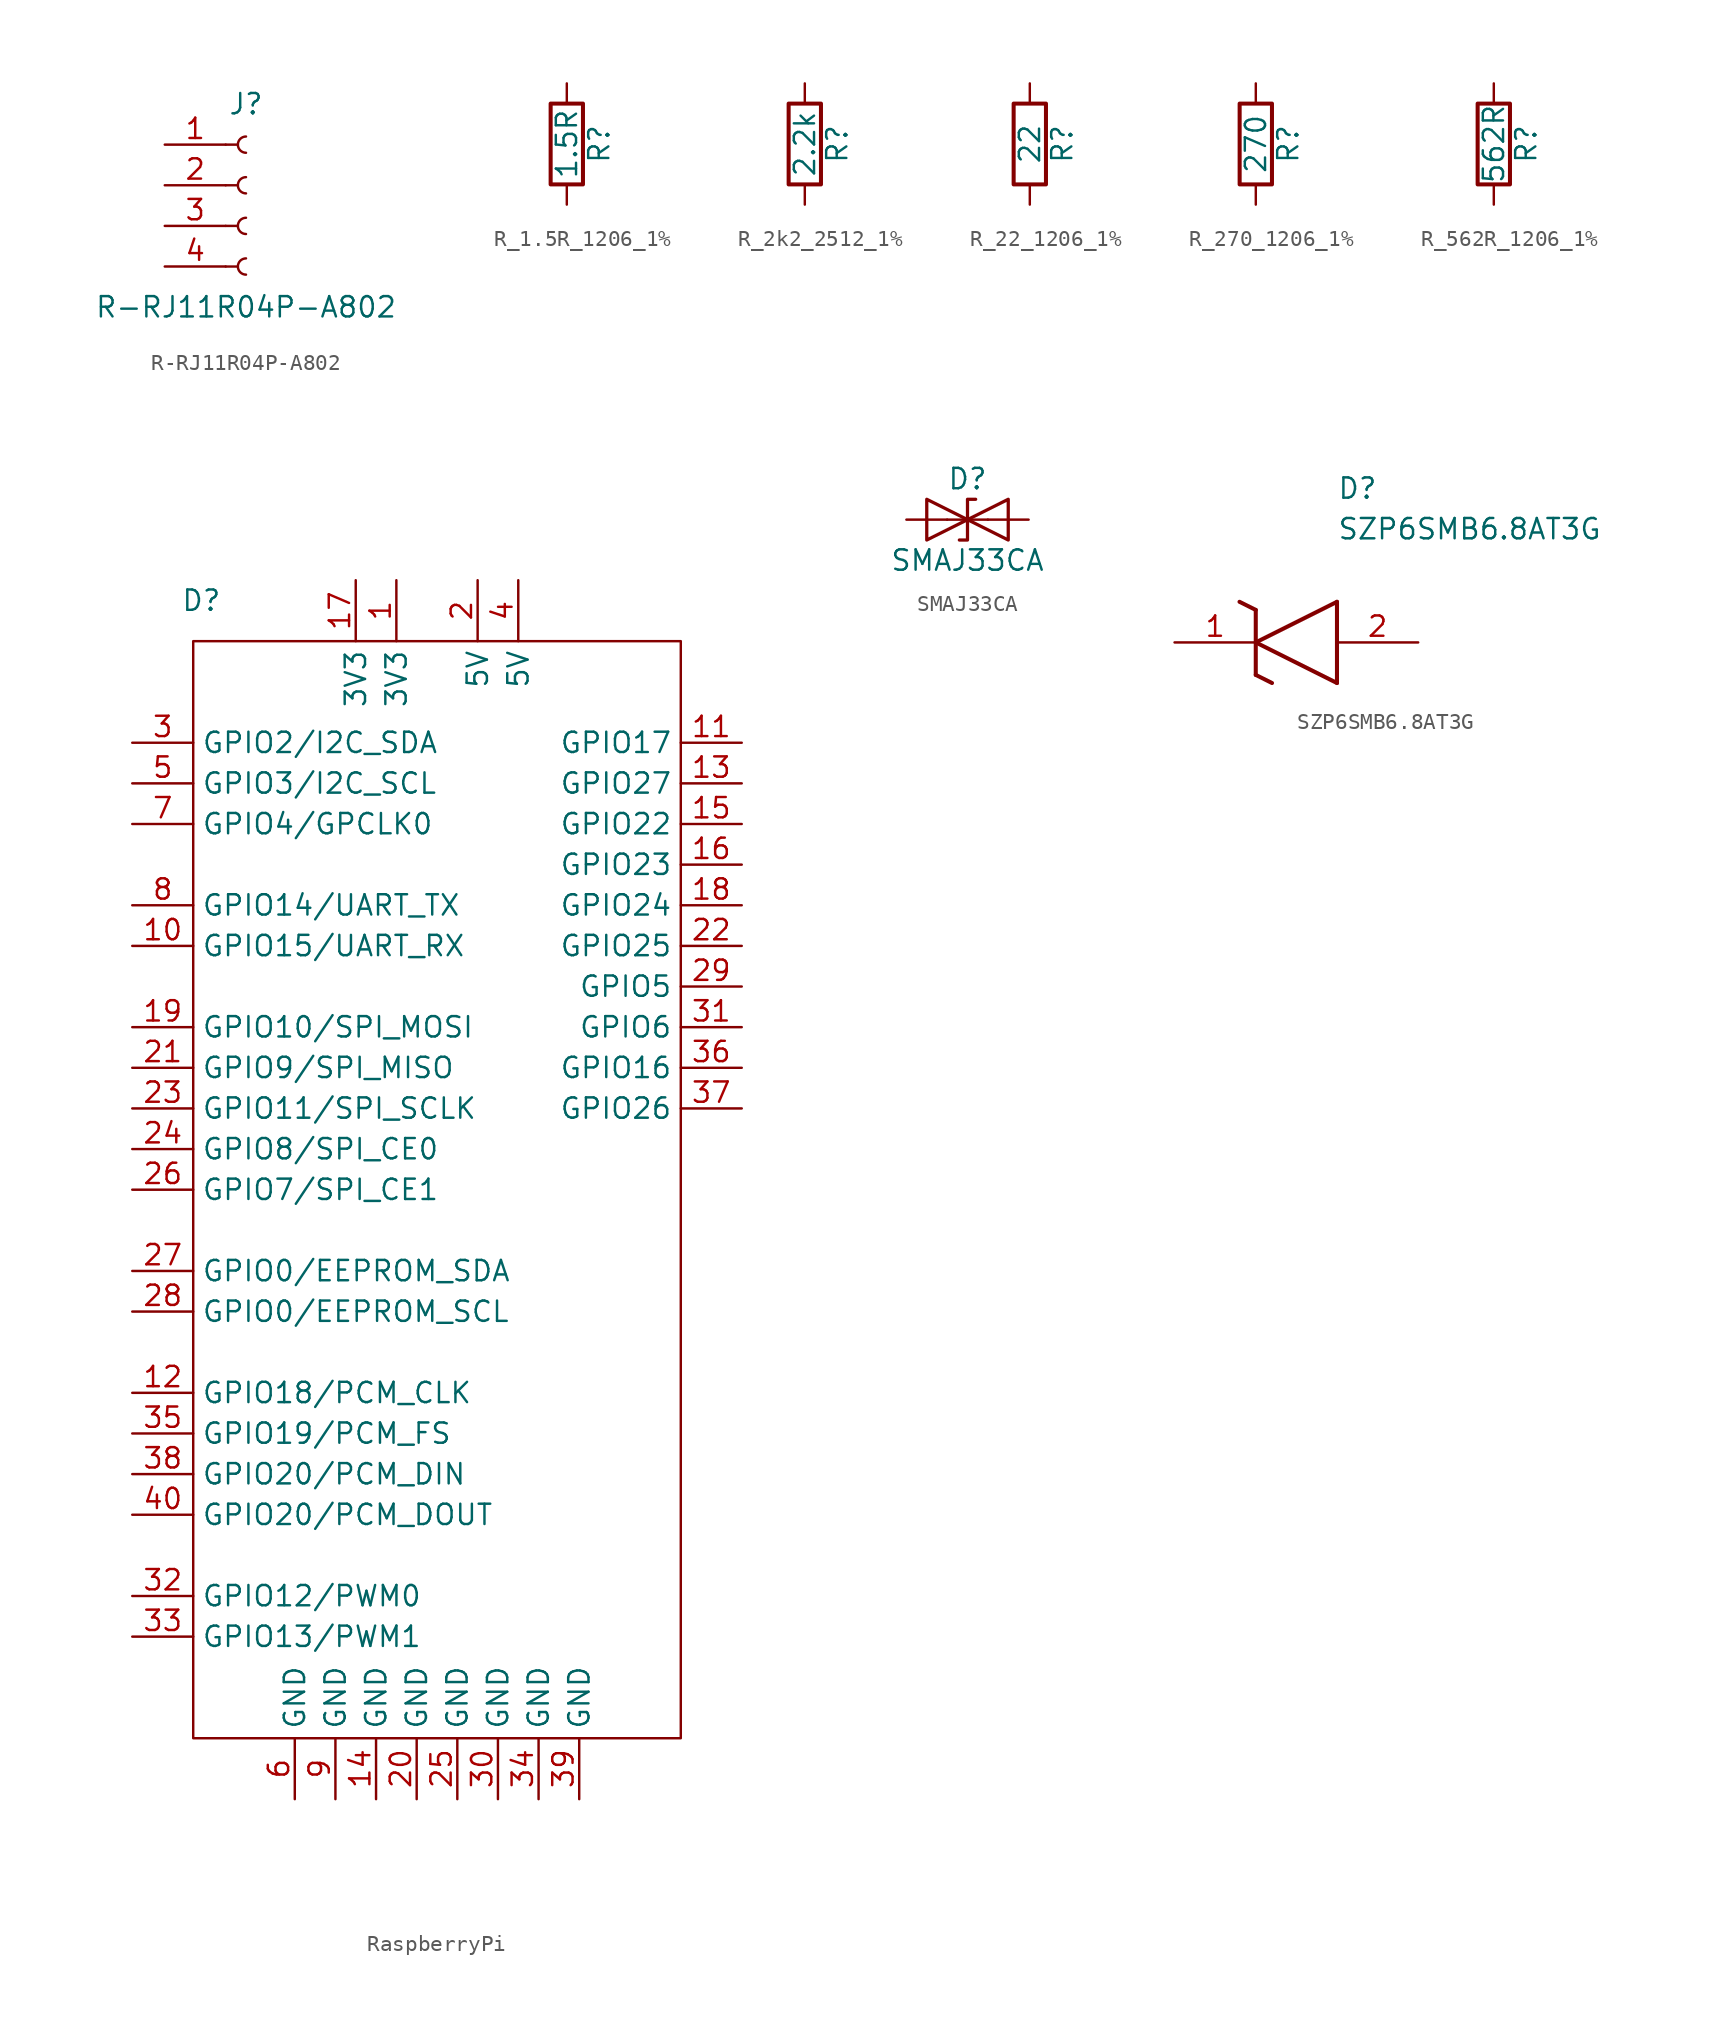
<source format=kicad_sym>
(kicad_symbol_lib
  (version 20231120)
  (generator "kicad_symbol_editor")
  (generator_version "8.0")
  (symbol "R-RJ11R04P-A802"
    (pin_names
      (offset 1.016) hide)
    (property "Reference" "J"
      (at 0 5.08 0)
      (effects (font (size 1.27 1.27))))
    (property "Value" "R-RJ11R04P-A802"
      (at 0 -7.62 0)
      (effects (font (size 1.27 1.27))))
    (symbol "R-RJ11R04P-A802_1_1"
      (arc (start 0 -4.572) (mid -0.5058 -5.08) (end 0 -5.588) (stroke (width 0.1524) (type default)) (fill (type none)))
      (arc (start 0 -2.032) (mid -0.5058 -2.54) (end 0 -3.048) (stroke (width 0.1524) (type default)) (fill (type none)))
      (polyline (pts (xy -1.27 -5.08) (xy -0.508 -5.08)) (stroke (width 0.152) (type default)) (fill (type none)))
      (polyline (pts (xy -1.27 -2.54) (xy -0.508 -2.54)) (stroke (width 0.152) (type default)) (fill (type none)))
      (polyline (pts (xy -1.27 0) (xy -0.508 0)) (stroke (width 0.152) (type default)) (fill (type none)))
      (polyline (pts (xy -1.27 2.54) (xy -0.508 2.54)) (stroke (width 0.152) (type default)) (fill (type none)))
      (arc (start 0 0.508) (mid -0.5058 0) (end 0 -0.508) (stroke (width 0.1524) (type default)) (fill (type none)))
      (arc (start 0 3.048) (mid -0.5058 2.54) (end 0 2.032) (stroke (width 0.1524) (type default)) (fill (type none)))
      (pin passive line (at -5.08 2.54 0) (length 3.81) (name "Pin_1" (effects (font (size 1.27 1.27)))) (number "1" (effects (font (size 1.27 1.27)))))
      (pin passive line (at -5.08 0 0) (length 3.81) (name "Pin_2" (effects (font (size 1.27 1.27)))) (number "2" (effects (font (size 1.27 1.27)))))
      (pin passive line (at -5.08 -2.54 0) (length 3.81) (name "Pin_3" (effects (font (size 1.27 1.27)))) (number "3" (effects (font (size 1.27 1.27)))))
      (pin passive line (at -5.08 -5.08 0) (length 3.81) (name "Pin_4" (effects (font (size 1.27 1.27)))) (number "4" (effects (font (size 1.27 1.27)))))))
  (symbol "R_1.5R_1206_1%"
    (pin_numbers hide)
    (pin_names
      (offset 0))
    (property "Reference" "R"
      (at 2.032 0 90)
      (effects (font (size 1.27 1.27))))
    (property "Value" "1.5R"
      (at 0 0 90)
      (effects (font (size 1.27 1.27))))
    (symbol "R_1.5R_1206_1%_0_1"
      (rectangle (start -1.016 -2.54) (end 1.016 2.54) (stroke (width 0.254) (type default)) (fill (type none))))
    (symbol "R_1.5R_1206_1%_1_1"
      (pin passive line (at 0 3.81 270) (length 1.27) (name "~" (effects (font (size 1.27 1.27)))) (number "1" (effects (font (size 1.27 1.27)))))
      (pin passive line (at 0 -3.81 90) (length 1.27) (name "~" (effects (font (size 1.27 1.27)))) (number "2" (effects (font (size 1.27 1.27)))))))
  (symbol "R_2k2_2512_1%"
    (pin_numbers hide)
    (pin_names
      (offset 0))
    (property "Reference" "R"
      (at 2.032 0 90)
      (effects (font (size 1.27 1.27))))
    (property "Value" "2.2k"
      (at 0 0 90)
      (effects (font (size 1.27 1.27))))
    (symbol "R_2k2_2512_1%_0_1"
      (rectangle (start -1.016 -2.54) (end 1.016 2.54) (stroke (width 0.254) (type default)) (fill (type none))))
    (symbol "R_2k2_2512_1%_1_1"
      (pin passive line (at 0 3.81 270) (length 1.27) (name "~" (effects (font (size 1.27 1.27)))) (number "1" (effects (font (size 1.27 1.27)))))
      (pin passive line (at 0 -3.81 90) (length 1.27) (name "~" (effects (font (size 1.27 1.27)))) (number "2" (effects (font (size 1.27 1.27)))))))
  (symbol "R_22_1206_1%"
    (pin_numbers hide)
    (pin_names
      (offset 0))
    (property "Reference" "R"
      (at 2.032 0 90)
      (effects (font (size 1.27 1.27))))
    (property "Value" "22"
      (at 0 0 90)
      (effects (font (size 1.27 1.27))))
    (symbol "R_22_1206_1%_0_1"
      (rectangle (start -1.016 -2.54) (end 1.016 2.54) (stroke (width 0.254) (type default)) (fill (type none))))
    (symbol "R_22_1206_1%_1_1"
      (pin passive line (at 0 3.81 270) (length 1.27) (name "~" (effects (font (size 1.27 1.27)))) (number "1" (effects (font (size 1.27 1.27)))))
      (pin passive line (at 0 -3.81 90) (length 1.27) (name "~" (effects (font (size 1.27 1.27)))) (number "2" (effects (font (size 1.27 1.27)))))))
  (symbol "R_270_1206_1%"
    (pin_numbers hide)
    (pin_names
      (offset 0))
    (property "Reference" "R"
      (at 2.032 0 90)
      (effects (font (size 1.27 1.27))))
    (property "Value" "270"
      (at 0 0 90)
      (effects (font (size 1.27 1.27))))
    (symbol "R_270_1206_1%_0_1"
      (rectangle (start -1.016 -2.54) (end 1.016 2.54) (stroke (width 0.254) (type default)) (fill (type none))))
    (symbol "R_270_1206_1%_1_1"
      (pin passive line (at 0 3.81 270) (length 1.27) (name "~" (effects (font (size 1.27 1.27)))) (number "1" (effects (font (size 1.27 1.27)))))
      (pin passive line (at 0 -3.81 90) (length 1.27) (name "~" (effects (font (size 1.27 1.27)))) (number "2" (effects (font (size 1.27 1.27)))))))
  (symbol "R_562R_1206_1%"
    (pin_numbers hide)
    (pin_names
      (offset 0))
    (property "Reference" "R"
      (at 2.032 0 90)
      (effects (font (size 1.27 1.27))))
    (property "Value" "562R"
      (at 0 0 90)
      (effects (font (size 1.27 1.27))))
    (symbol "R_562R_1206_1%_0_1"
      (rectangle (start -1.016 -2.54) (end 1.016 2.54) (stroke (width 0.254) (type default)) (fill (type none))))
    (symbol "R_562R_1206_1%_1_1"
      (pin passive line (at 0 3.81 270) (length 1.27) (name "~" (effects (font (size 1.27 1.27)))) (number "1" (effects (font (size 1.27 1.27)))))
      (pin passive line (at 0 -3.81 90) (length 1.27) (name "~" (effects (font (size 1.27 1.27)))) (number "2" (effects (font (size 1.27 1.27)))))))
  (symbol "RaspberryPi"
    (property "Reference" "D"
      (at -14.732 2.54 0)
      (effects (font (size 1.27 1.27))))
    (property "Value" ""
      (at -11.43 1.27 0)
      (effects (font (size 1.27 1.27))))
    (symbol "RaspberryPi_0_1"
      (rectangle (start -15.24 0) (end 15.24 -68.58) (stroke (width 0) (type default)) (fill (type none))))
    (symbol "RaspberryPi_1_1"
      (pin passive line (at -2.54 3.81 270) (length 3.81) (name "3V3" (effects (font (size 1.27 1.27)))) (number "1" (effects (font (size 1.27 1.27)))))
      (pin passive line (at -19.05 -19.05 0) (length 3.81) (name "GPIO15/UART_RX" (effects (font (size 1.27 1.27)))) (number "10" (effects (font (size 1.27 1.27)))))
      (pin passive line (at 19.05 -6.35 180) (length 3.81) (name "GPIO17" (effects (font (size 1.27 1.27)))) (number "11" (effects (font (size 1.27 1.27)))))
      (pin passive line (at -19.05 -46.99 0) (length 3.81) (name "GPIO18/PCM_CLK" (effects (font (size 1.27 1.27)))) (number "12" (effects (font (size 1.27 1.27)))))
      (pin passive line (at 19.05 -8.89 180) (length 3.81) (name "GPIO27" (effects (font (size 1.27 1.27)))) (number "13" (effects (font (size 1.27 1.27)))))
      (pin passive line (at -3.81 -72.39 90) (length 3.81) (name "GND" (effects (font (size 1.27 1.27)))) (number "14" (effects (font (size 1.27 1.27)))))
      (pin passive line (at 19.05 -11.43 180) (length 3.81) (name "GPIO22" (effects (font (size 1.27 1.27)))) (number "15" (effects (font (size 1.27 1.27)))))
      (pin passive line (at 19.05 -13.97 180) (length 3.81) (name "GPIO23" (effects (font (size 1.27 1.27)))) (number "16" (effects (font (size 1.27 1.27)))))
      (pin passive line (at -5.08 3.81 270) (length 3.81) (name "3V3" (effects (font (size 1.27 1.27)))) (number "17" (effects (font (size 1.27 1.27)))))
      (pin passive line (at 19.05 -16.51 180) (length 3.81) (name "GPIO24" (effects (font (size 1.27 1.27)))) (number "18" (effects (font (size 1.27 1.27)))))
      (pin passive line (at -19.05 -24.13 0) (length 3.81) (name "GPIO10/SPI_MOSI" (effects (font (size 1.27 1.27)))) (number "19" (effects (font (size 1.27 1.27)))))
      (pin passive line (at 2.54 3.81 270) (length 3.81) (name "5V" (effects (font (size 1.27 1.27)))) (number "2" (effects (font (size 1.27 1.27)))))
      (pin passive line (at -1.27 -72.39 90) (length 3.81) (name "GND" (effects (font (size 1.27 1.27)))) (number "20" (effects (font (size 1.27 1.27)))))
      (pin passive line (at -19.05 -26.67 0) (length 3.81) (name "GPIO9/SPI_MISO" (effects (font (size 1.27 1.27)))) (number "21" (effects (font (size 1.27 1.27)))))
      (pin passive line (at 19.05 -19.05 180) (length 3.81) (name "GPIO25" (effects (font (size 1.27 1.27)))) (number "22" (effects (font (size 1.27 1.27)))))
      (pin passive line (at -19.05 -29.21 0) (length 3.81) (name "GPIO11/SPI_SCLK" (effects (font (size 1.27 1.27)))) (number "23" (effects (font (size 1.27 1.27)))))
      (pin passive line (at -19.05 -31.75 0) (length 3.81) (name "GPIO8/SPI_CE0" (effects (font (size 1.27 1.27)))) (number "24" (effects (font (size 1.27 1.27)))))
      (pin passive line (at 1.27 -72.39 90) (length 3.81) (name "GND" (effects (font (size 1.27 1.27)))) (number "25" (effects (font (size 1.27 1.27)))))
      (pin passive line (at -19.05 -34.29 0) (length 3.81) (name "GPIO7/SPI_CE1" (effects (font (size 1.27 1.27)))) (number "26" (effects (font (size 1.27 1.27)))))
      (pin passive line (at -19.05 -39.37 0) (length 3.81) (name "GPIO0/EEPROM_SDA" (effects (font (size 1.27 1.27)))) (number "27" (effects (font (size 1.27 1.27)))))
      (pin passive line (at -19.05 -41.91 0) (length 3.81) (name "GPIO0/EEPROM_SCL" (effects (font (size 1.27 1.27)))) (number "28" (effects (font (size 1.27 1.27)))))
      (pin passive line (at 19.05 -21.59 180) (length 3.81) (name "GPIO5" (effects (font (size 1.27 1.27)))) (number "29" (effects (font (size 1.27 1.27)))))
      (pin passive line (at -19.05 -6.35 0) (length 3.81) (name "GPIO2/I2C_SDA" (effects (font (size 1.27 1.27)))) (number "3" (effects (font (size 1.27 1.27)))))
      (pin passive line (at 3.81 -72.39 90) (length 3.81) (name "GND" (effects (font (size 1.27 1.27)))) (number "30" (effects (font (size 1.27 1.27)))))
      (pin passive line (at 19.05 -24.13 180) (length 3.81) (name "GPIO6" (effects (font (size 1.27 1.27)))) (number "31" (effects (font (size 1.27 1.27)))))
      (pin passive line (at -19.05 -59.69 0) (length 3.81) (name "GPIO12/PWM0" (effects (font (size 1.27 1.27)))) (number "32" (effects (font (size 1.27 1.27)))))
      (pin passive line (at -19.05 -62.23 0) (length 3.81) (name "GPIO13/PWM1" (effects (font (size 1.27 1.27)))) (number "33" (effects (font (size 1.27 1.27)))))
      (pin passive line (at 6.35 -72.39 90) (length 3.81) (name "GND" (effects (font (size 1.27 1.27)))) (number "34" (effects (font (size 1.27 1.27)))))
      (pin passive line (at -19.05 -49.53 0) (length 3.81) (name "GPIO19/PCM_FS" (effects (font (size 1.27 1.27)))) (number "35" (effects (font (size 1.27 1.27)))))
      (pin passive line (at 19.05 -26.67 180) (length 3.81) (name "GPIO16" (effects (font (size 1.27 1.27)))) (number "36" (effects (font (size 1.27 1.27)))))
      (pin passive line (at 19.05 -29.21 180) (length 3.81) (name "GPIO26" (effects (font (size 1.27 1.27)))) (number "37" (effects (font (size 1.27 1.27)))))
      (pin passive line (at -19.05 -52.07 0) (length 3.81) (name "GPIO20/PCM_DIN" (effects (font (size 1.27 1.27)))) (number "38" (effects (font (size 1.27 1.27)))))
      (pin passive line (at 8.89 -72.39 90) (length 3.81) (name "GND" (effects (font (size 1.27 1.27)))) (number "39" (effects (font (size 1.27 1.27)))))
      (pin passive line (at 5.08 3.81 270) (length 3.81) (name "5V" (effects (font (size 1.27 1.27)))) (number "4" (effects (font (size 1.27 1.27)))))
      (pin passive line (at -19.05 -54.61 0) (length 3.81) (name "GPIO20/PCM_DOUT" (effects (font (size 1.27 1.27)))) (number "40" (effects (font (size 1.27 1.27)))))
      (pin passive line (at -19.05 -8.89 0) (length 3.81) (name "GPIO3/I2C_SCL" (effects (font (size 1.27 1.27)))) (number "5" (effects (font (size 1.27 1.27)))))
      (pin passive line (at -8.89 -72.39 90) (length 3.81) (name "GND" (effects (font (size 1.27 1.27)))) (number "6" (effects (font (size 1.27 1.27)))))
      (pin passive line (at -19.05 -11.43 0) (length 3.81) (name "GPIO4/GPCLK0" (effects (font (size 1.27 1.27)))) (number "7" (effects (font (size 1.27 1.27)))))
      (pin passive line (at -19.05 -16.51 0) (length 3.81) (name "GPIO14/UART_TX" (effects (font (size 1.27 1.27)))) (number "8" (effects (font (size 1.27 1.27)))))
      (pin passive line (at -6.35 -72.39 90) (length 3.81) (name "GND" (effects (font (size 1.27 1.27)))) (number "9" (effects (font (size 1.27 1.27)))))))
  (symbol "SMAJ33CA"
    (pin_numbers hide)
    (pin_names
      (offset 1.016) hide)
    (property "Reference" "D"
      (at 0 2.54 0)
      (effects (font (size 1.27 1.27))))
    (property "Value" "SMAJ33CA"
      (at 0 -2.54 0)
      (effects (font (size 1.27 1.27))))
    (symbol "SMAJ33CA_0_1"
      (polyline (pts (xy 1.27 0) (xy -1.27 0)) (stroke (width 0) (type default)) (fill (type none)))
      (polyline (pts (xy -2.54 -1.27) (xy 0 0) (xy -2.54 1.27) (xy -2.54 -1.27)) (stroke (width 0.203) (type default)) (fill (type none)))
      (polyline (pts (xy 0.508 1.27) (xy 0 1.27) (xy 0 -1.27) (xy -0.508 -1.27)) (stroke (width 0.203) (type default)) (fill (type none)))
      (polyline (pts (xy 2.54 1.27) (xy 2.54 -1.27) (xy 0 0) (xy 2.54 1.27)) (stroke (width 0.203) (type default)) (fill (type none))))
    (symbol "SMAJ33CA_1_1"
      (pin passive line (at -3.81 0 0) (length 2.54) (name "A1" (effects (font (size 1.27 1.27)))) (number "1" (effects (font (size 1.27 1.27)))))
      (pin passive line (at 3.81 0 180) (length 2.54) (name "A2" (effects (font (size 1.27 1.27)))) (number "2" (effects (font (size 1.27 1.27)))))))
  (symbol "SZP6SMB6.8AT3G"
    (pin_names hide)
    (property "Reference" "D"
      (at 10.16 8.89 0)
      (effects (font (size 1.27 1.27)) (justify left bottom)))
    (property "Value" "SZP6SMB6.8AT3G"
      (at 10.16 6.35 0)
      (effects (font (size 1.27 1.27)) (justify left bottom)))
    (symbol "SZP6SMB6.8AT3G_1_1"
      (polyline (pts (xy 4.064 2.54) (xy 5.08 2.032)) (stroke (width 0.254) (type default)) (fill (type none)))
      (polyline (pts (xy 5.08 -2.032) (xy 5.08 2.032)) (stroke (width 0.254) (type default)) (fill (type none)))
      (polyline (pts (xy 5.08 -2.032) (xy 6.096 -2.54)) (stroke (width 0.254) (type default)) (fill (type none)))
      (polyline (pts (xy 5.08 0) (xy 10.16 2.54)) (stroke (width 0.254) (type default)) (fill (type none)))
      (polyline (pts (xy 10.16 -2.54) (xy 5.08 0)) (stroke (width 0.254) (type default)) (fill (type none)))
      (polyline (pts (xy 10.16 -2.54) (xy 10.16 2.54)) (stroke (width 0.254) (type default)) (fill (type none)))
      (pin passive line (at 0 0 0) (length 5.08) (name "K" (effects (font (size 1.27 1.27)))) (number "1" (effects (font (size 1.27 1.27)))))
      (pin passive line (at 15.24 0 180) (length 5.08) (name "A" (effects (font (size 1.27 1.27)))) (number "2" (effects (font (size 1.27 1.27))))))))
</source>
